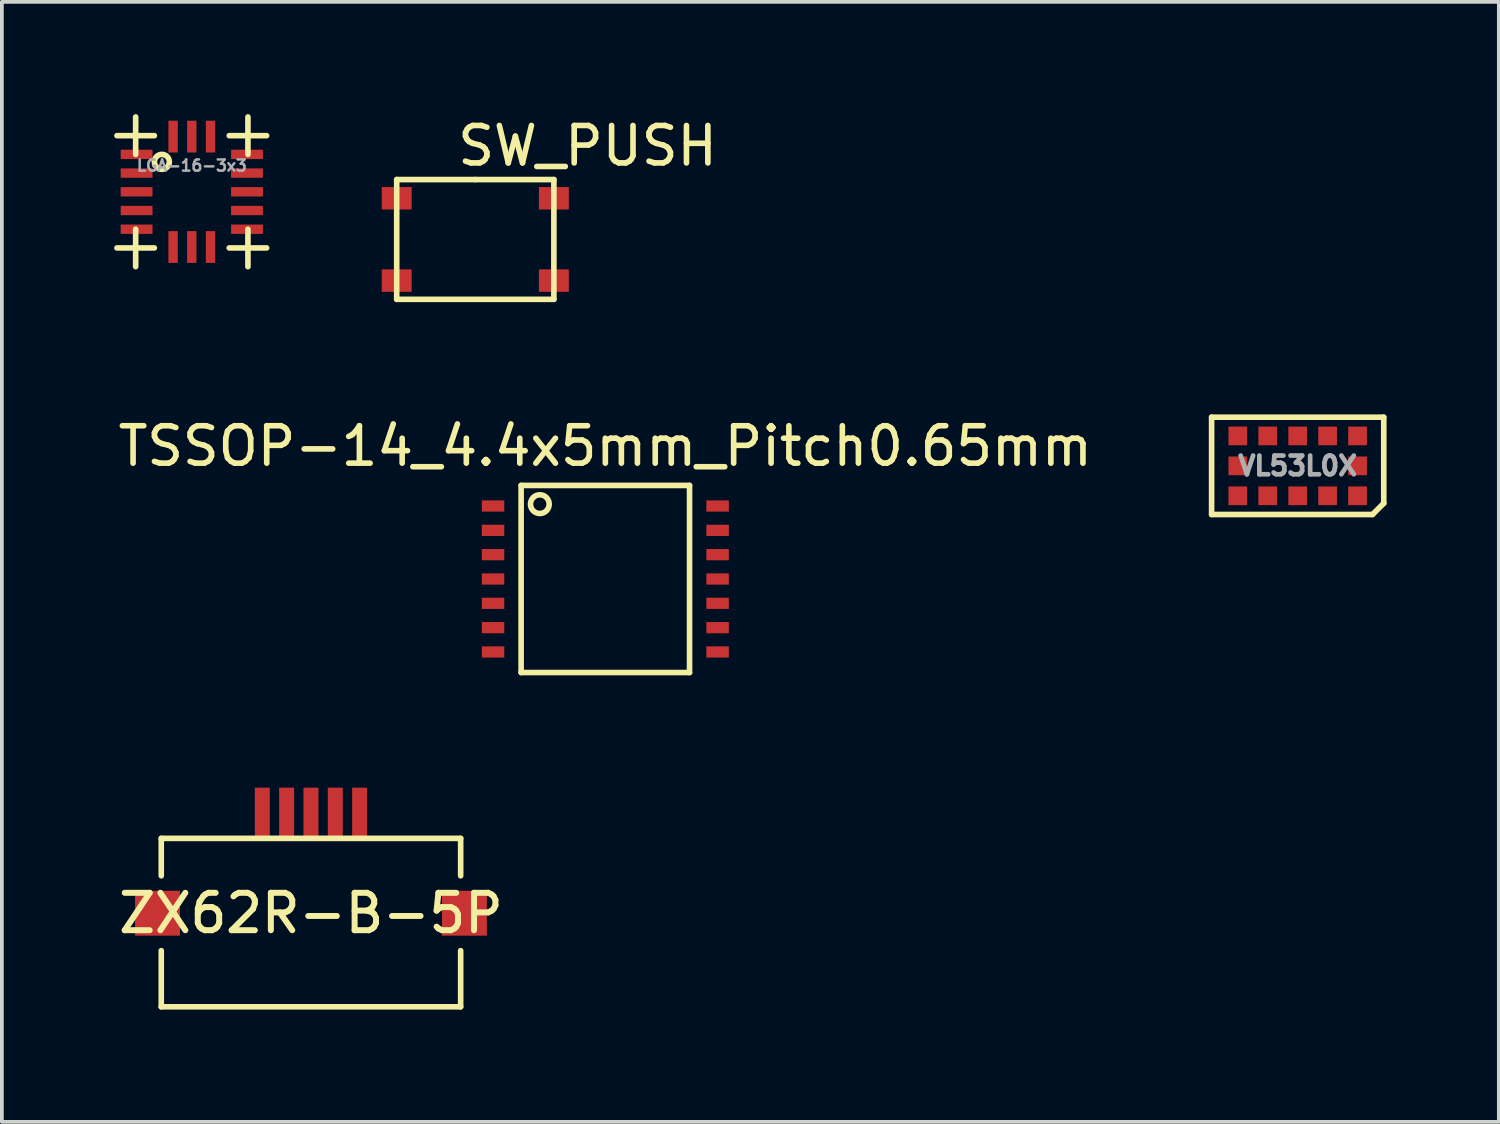
<source format=kicad_pcb>
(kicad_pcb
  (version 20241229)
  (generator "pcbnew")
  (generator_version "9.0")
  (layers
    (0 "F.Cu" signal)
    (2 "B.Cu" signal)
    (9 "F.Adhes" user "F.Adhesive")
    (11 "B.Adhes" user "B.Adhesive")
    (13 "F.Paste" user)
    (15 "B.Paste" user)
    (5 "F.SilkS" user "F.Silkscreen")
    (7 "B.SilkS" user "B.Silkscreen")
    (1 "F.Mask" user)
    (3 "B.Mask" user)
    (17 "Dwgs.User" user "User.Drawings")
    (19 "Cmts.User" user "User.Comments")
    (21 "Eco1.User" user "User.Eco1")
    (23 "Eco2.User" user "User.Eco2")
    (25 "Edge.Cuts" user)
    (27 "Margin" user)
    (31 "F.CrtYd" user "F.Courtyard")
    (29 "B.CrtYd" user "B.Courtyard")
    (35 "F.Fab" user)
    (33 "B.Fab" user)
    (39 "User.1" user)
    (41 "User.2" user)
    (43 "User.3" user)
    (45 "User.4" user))
  (footprint "ZX62R-B-5P"
    (layer "F.Cu")
    (at 5.259 21.352)
    (property "Reference" "ZX62R-B-5P" (at 0 0 0) (layer "F.SilkS") (effects (font (size 1 1) (thickness 0.16))))
    (attr through_hole)
    (fp_line (start -4 -2) (end 4 -2) (stroke (width 0.15) (type solid)) (layer "F.SilkS"))
    (fp_line (start -4 -1) (end -4 -2) (stroke (width 0.15) (type solid)) (layer "F.SilkS"))
    (fp_line (start -4 1) (end -4 2.5) (stroke (width 0.15) (type solid)) (layer "F.SilkS"))
    (fp_line (start -4 2.5) (end 4 2.5) (stroke (width 0.15) (type solid)) (layer "F.SilkS"))
    (fp_line (start 4 -2) (end 4 -1) (stroke (width 0.15) (type solid)) (layer "F.SilkS"))
    (fp_line (start 4 2.5) (end 4 1) (stroke (width 0.15) (type solid)) (layer "F.SilkS"))
    (pad "1" smd rect (at 1.3 -2.68) (size 0.4 1.35) (layers "F.Cu" "F.Mask" "F.Paste"))
    (pad "2" smd rect (at 0.65 -2.68) (size 0.4 1.35) (layers "F.Cu" "F.Mask" "F.Paste"))
    (pad "3" smd rect (at 0 -2.68) (size 0.4 1.35) (layers "F.Cu" "F.Mask" "F.Paste"))
    (pad "4" smd rect (at -0.65 -2.68) (size 0.4 1.35) (layers "F.Cu" "F.Mask" "F.Paste"))
    (pad "5" smd rect (at -1.3 -2.68) (size 0.4 1.35) (layers "F.Cu" "F.Mask" "F.Paste"))
    (pad "6" smd rect (at -4.1 0) (size 1.2 1.2) (layers "F.Cu" "F.Mask" "F.Paste"))
    (pad "6" smd rect (at 4.1 0) (size 1.2 1.2) (layers "F.Cu" "F.Mask" "F.Paste")))
  (footprint "VL53L0X"
    (layer "F.Cu")
    (at 31.625 9.398)
    (property "Reference" "VL53L0X" (at 0 0 0) (layer "F.Fab") (effects (font (size 0.5 0.5) (thickness 0.125))))
    (attr through_hole)
    (fp_line (start -2.3 -1.3) (end -2.3 1.3) (stroke (width 0.15) (type solid)) (layer "F.SilkS"))
    (fp_line (start 2 1.3) (end -2.3 1.3) (stroke (width 0.15) (type solid)) (layer "F.SilkS"))
    (fp_line (start 2.3 -1.3) (end -2.3 -1.3) (stroke (width 0.15) (type solid)) (layer "F.SilkS"))
    (fp_line (start 2.3 -1.3) (end 2.3 1) (stroke (width 0.15) (type solid)) (layer "F.SilkS"))
    (fp_line (start 2.3 1) (end 2 1.3) (stroke (width 0.15) (type solid)) (layer "F.SilkS"))
    (pad "1" smd rect (at 1.6 0.8) (size 0.5 0.5) (layers "F.Cu" "F.Mask" "F.Paste"))
    (pad "2" smd rect (at 0.8 0.8) (size 0.5 0.5) (layers "F.Cu" "F.Mask" "F.Paste"))
    (pad "3" smd rect (at 0 0.8) (size 0.5 0.5) (layers "F.Cu" "F.Mask" "F.Paste"))
    (pad "4" smd rect (at -0.8 0.8) (size 0.5 0.5) (layers "F.Cu" "F.Mask" "F.Paste"))
    (pad "5" smd rect (at -1.6 0.8) (size 0.5 0.5) (layers "F.Cu" "F.Mask" "F.Paste"))
    (pad "6" smd rect (at -1.6 0) (size 0.5 0.5) (layers "F.Cu" "F.Mask" "F.Paste"))
    (pad "7" smd rect (at -1.6 -0.8) (size 0.5 0.5) (layers "F.Cu" "F.Mask" "F.Paste"))
    (pad "8" smd rect (at -0.8 -0.8) (size 0.5 0.5) (layers "F.Cu" "F.Mask" "F.Paste"))
    (pad "9" smd rect (at 0 -0.8) (size 0.5 0.5) (layers "F.Cu" "F.Mask" "F.Paste"))
    (pad "10" smd rect (at 0.8 -0.8) (size 0.5 0.5) (layers "F.Cu" "F.Mask" "F.Paste"))
    (pad "11" smd rect (at 1.6 -0.8) (size 0.5 0.5) (layers "F.Cu" "F.Mask" "F.Paste"))
    (pad "12" smd rect (at 1.6 0) (size 0.5 0.5) (layers "F.Cu" "F.Mask" "F.Paste")))
  (footprint "TSSOP-14_4.4x5mm_Pitch0.65mm"
    (layer "F.Cu")
    (at 13.125 12.421)
    (property "Reference" "TSSOP-14_4.4x5mm_Pitch0.65mm" (at 0 -3.55 0) (layer "F.SilkS") (effects (font (size 1 1) (thickness 0.15))))
    (attr smd)
    (fp_line (start -2.25 -2.5) (end -2.25 2.5) (stroke (width 0.15) (type solid)) (layer "F.SilkS"))
    (fp_line (start -2.25 2.5) (end 2.25 2.5) (stroke (width 0.15) (type solid)) (layer "F.SilkS"))
    (fp_line (start 2.25 -2.5) (end -2.25 -2.5) (stroke (width 0.15) (type solid)) (layer "F.SilkS"))
    (fp_line (start 2.25 2.5) (end 2.25 -2.5) (stroke (width 0.15) (type solid)) (layer "F.SilkS"))
    (fp_circle (center -1.75 -2) (end -1.75 -2.25) (stroke (width 0.15) (type solid)) (fill no) (layer "F.SilkS"))
    (pad "1" smd rect (at -3 -1.95) (size 0.6 0.3) (layers "F.Cu" "F.Mask" "F.Paste"))
    (pad "2" smd rect (at -3 -1.3) (size 0.6 0.3) (layers "F.Cu" "F.Mask" "F.Paste"))
    (pad "3" smd rect (at -3 -0.65) (size 0.6 0.3) (layers "F.Cu" "F.Mask" "F.Paste"))
    (pad "4" smd rect (at -3 0) (size 0.6 0.3) (layers "F.Cu" "F.Mask" "F.Paste"))
    (pad "5" smd rect (at -3 0.65) (size 0.6 0.3) (layers "F.Cu" "F.Mask" "F.Paste"))
    (pad "6" smd rect (at -3 1.3) (size 0.6 0.3) (layers "F.Cu" "F.Mask" "F.Paste"))
    (pad "7" smd rect (at -3 1.95) (size 0.6 0.3) (layers "F.Cu" "F.Mask" "F.Paste"))
    (pad "8" smd rect (at 3 1.95) (size 0.6 0.3) (layers "F.Cu" "F.Mask" "F.Paste"))
    (pad "9" smd rect (at 3 1.3) (size 0.6 0.3) (layers "F.Cu" "F.Mask" "F.Paste"))
    (pad "10" smd rect (at 3 0.65) (size 0.6 0.3) (layers "F.Cu" "F.Mask" "F.Paste"))
    (pad "11" smd rect (at 3 0) (size 0.6 0.3) (layers "F.Cu" "F.Mask" "F.Paste"))
    (pad "12" smd rect (at 3 -0.65) (size 0.6 0.3) (layers "F.Cu" "F.Mask" "F.Paste"))
    (pad "13" smd rect (at 3 -1.3) (size 0.6 0.3) (layers "F.Cu" "F.Mask" "F.Paste"))
    (pad "14" smd rect (at 3 -1.95) (size 0.6 0.3) (layers "F.Cu" "F.Mask" "F.Paste")))
  (footprint "LGA-16-3x3"
    (layer "F.Cu")
    (at 2.075 2.075)
    (property "Reference" "LGA-16-3x3" (at 0 -0.701 0) (layer "F.Fab") (effects (font (size 0.3 0.3) (thickness 0.066))))
    (attr through_hole)
    (fp_line (start -1.5 -1) (end -1.5 -2) (stroke (width 0.15) (type solid)) (layer "F.SilkS"))
    (fp_line (start -1.5 1) (end -1.5 2) (stroke (width 0.15) (type solid)) (layer "F.SilkS"))
    (fp_line (start -1 -1.5) (end -2 -1.5) (stroke (width 0.15) (type solid)) (layer "F.SilkS"))
    (fp_line (start -1 1.5) (end -2 1.5) (stroke (width 0.15) (type solid)) (layer "F.SilkS"))
    (fp_line (start 1 -1.5) (end 2 -1.5) (stroke (width 0.15) (type solid)) (layer "F.SilkS"))
    (fp_line (start 1 1.5) (end 2 1.5) (stroke (width 0.15) (type solid)) (layer "F.SilkS"))
    (fp_line (start 1.5 -1) (end 1.5 -2) (stroke (width 0.15) (type solid)) (layer "F.SilkS"))
    (fp_line (start 1.5 1) (end 1.5 2) (stroke (width 0.15) (type solid)) (layer "F.SilkS"))
    (fp_circle (center -0.8 -0.8) (end -0.6 -0.8) (stroke (width 0.15) (type solid)) (fill no) (layer "F.SilkS"))
    (pad "1" smd rect (at -1.475 -1) (size 0.85 0.25) (layers "F.Cu" "F.Mask" "F.Paste"))
    (pad "2" smd rect (at -1.475 -0.5) (size 0.85 0.25) (layers "F.Cu" "F.Mask" "F.Paste"))
    (pad "3" smd rect (at -1.475 0) (size 0.85 0.25) (layers "F.Cu" "F.Mask" "F.Paste"))
    (pad "4" smd rect (at -1.475 0.5) (size 0.85 0.25) (layers "F.Cu" "F.Mask" "F.Paste"))
    (pad "5" smd rect (at -1.475 1) (size 0.85 0.25) (layers "F.Cu" "F.Mask" "F.Paste"))
    (pad "6" smd rect (at -0.5 1.475) (size 0.25 0.85) (layers "F.Cu" "F.Mask" "F.Paste"))
    (pad "7" smd rect (at 0 1.475) (size 0.25 0.85) (layers "F.Cu" "F.Mask" "F.Paste"))
    (pad "8" smd rect (at 0.5 1.475) (size 0.25 0.85) (layers "F.Cu" "F.Mask" "F.Paste"))
    (pad "9" smd rect (at 1.475 1) (size 0.85 0.25) (layers "F.Cu" "F.Mask" "F.Paste"))
    (pad "10" smd rect (at 1.475 0.5) (size 0.85 0.25) (layers "F.Cu" "F.Mask" "F.Paste"))
    (pad "11" smd rect (at 1.475 0) (size 0.85 0.25) (layers "F.Cu" "F.Mask" "F.Paste"))
    (pad "12" smd rect (at 1.475 -0.5) (size 0.85 0.25) (layers "F.Cu" "F.Mask" "F.Paste"))
    (pad "13" smd rect (at 1.475 -1) (size 0.85 0.25) (layers "F.Cu" "F.Mask" "F.Paste"))
    (pad "14" smd rect (at 0.5 -1.475) (size 0.25 0.85) (layers "F.Cu" "F.Mask" "F.Paste"))
    (pad "15" smd rect (at 0 -1.475) (size 0.25 0.85) (layers "F.Cu" "F.Mask" "F.Paste"))
    (pad "16" smd rect (at -0.5 -1.475) (size 0.25 0.85) (layers "F.Cu" "F.Mask" "F.Paste")))
  (footprint "SW_PUSH"
    (layer "F.Cu")
    (at 9.65 3.348)
    (property "Reference" "SW_PUSH" (at 3 -2.5 0) (layer "F.SilkS") (effects (font (size 1 1) (thickness 0.15))))
    (attr through_hole)
    (fp_line (start -2.1 -1.6) (end -2.1 1.6) (stroke (width 0.15) (type solid)) (layer "F.SilkS"))
    (fp_line (start -2.1 1.6) (end 2.1 1.6) (stroke (width 0.15) (type solid)) (layer "F.SilkS"))
    (fp_line (start 0 -1.6) (end -2.1 -1.6) (stroke (width 0.15) (type solid)) (layer "F.SilkS"))
    (fp_line (start 2.1 -1.6) (end 0 -1.6) (stroke (width 0.15) (type solid)) (layer "F.SilkS"))
    (fp_line (start 2.1 1.6) (end 2.1 -1.6) (stroke (width 0.15) (type solid)) (layer "F.SilkS"))
    (pad "1" smd rect (at -2.1 -1.1) (size 0.8 0.6) (layers "F.Cu" "F.Mask" "F.Paste"))
    (pad "1" smd rect (at 2.1 -1.1) (size 0.8 0.6) (layers "F.Cu" "F.Mask" "F.Paste"))
    (pad "2" smd rect (at -2.1 1.1) (size 0.8 0.6) (layers "F.Cu" "F.Mask" "F.Paste"))
    (pad "2" smd rect (at 2.1 1.1) (size 0.8 0.6) (layers "F.Cu" "F.Mask" "F.Paste")))
  (gr_rect
    (start -3 -3)
    (end 37 26.927)
    (stroke (width 0.1) (type default))
    (fill no)
    (layer "Edge.Cuts")))
</source>
